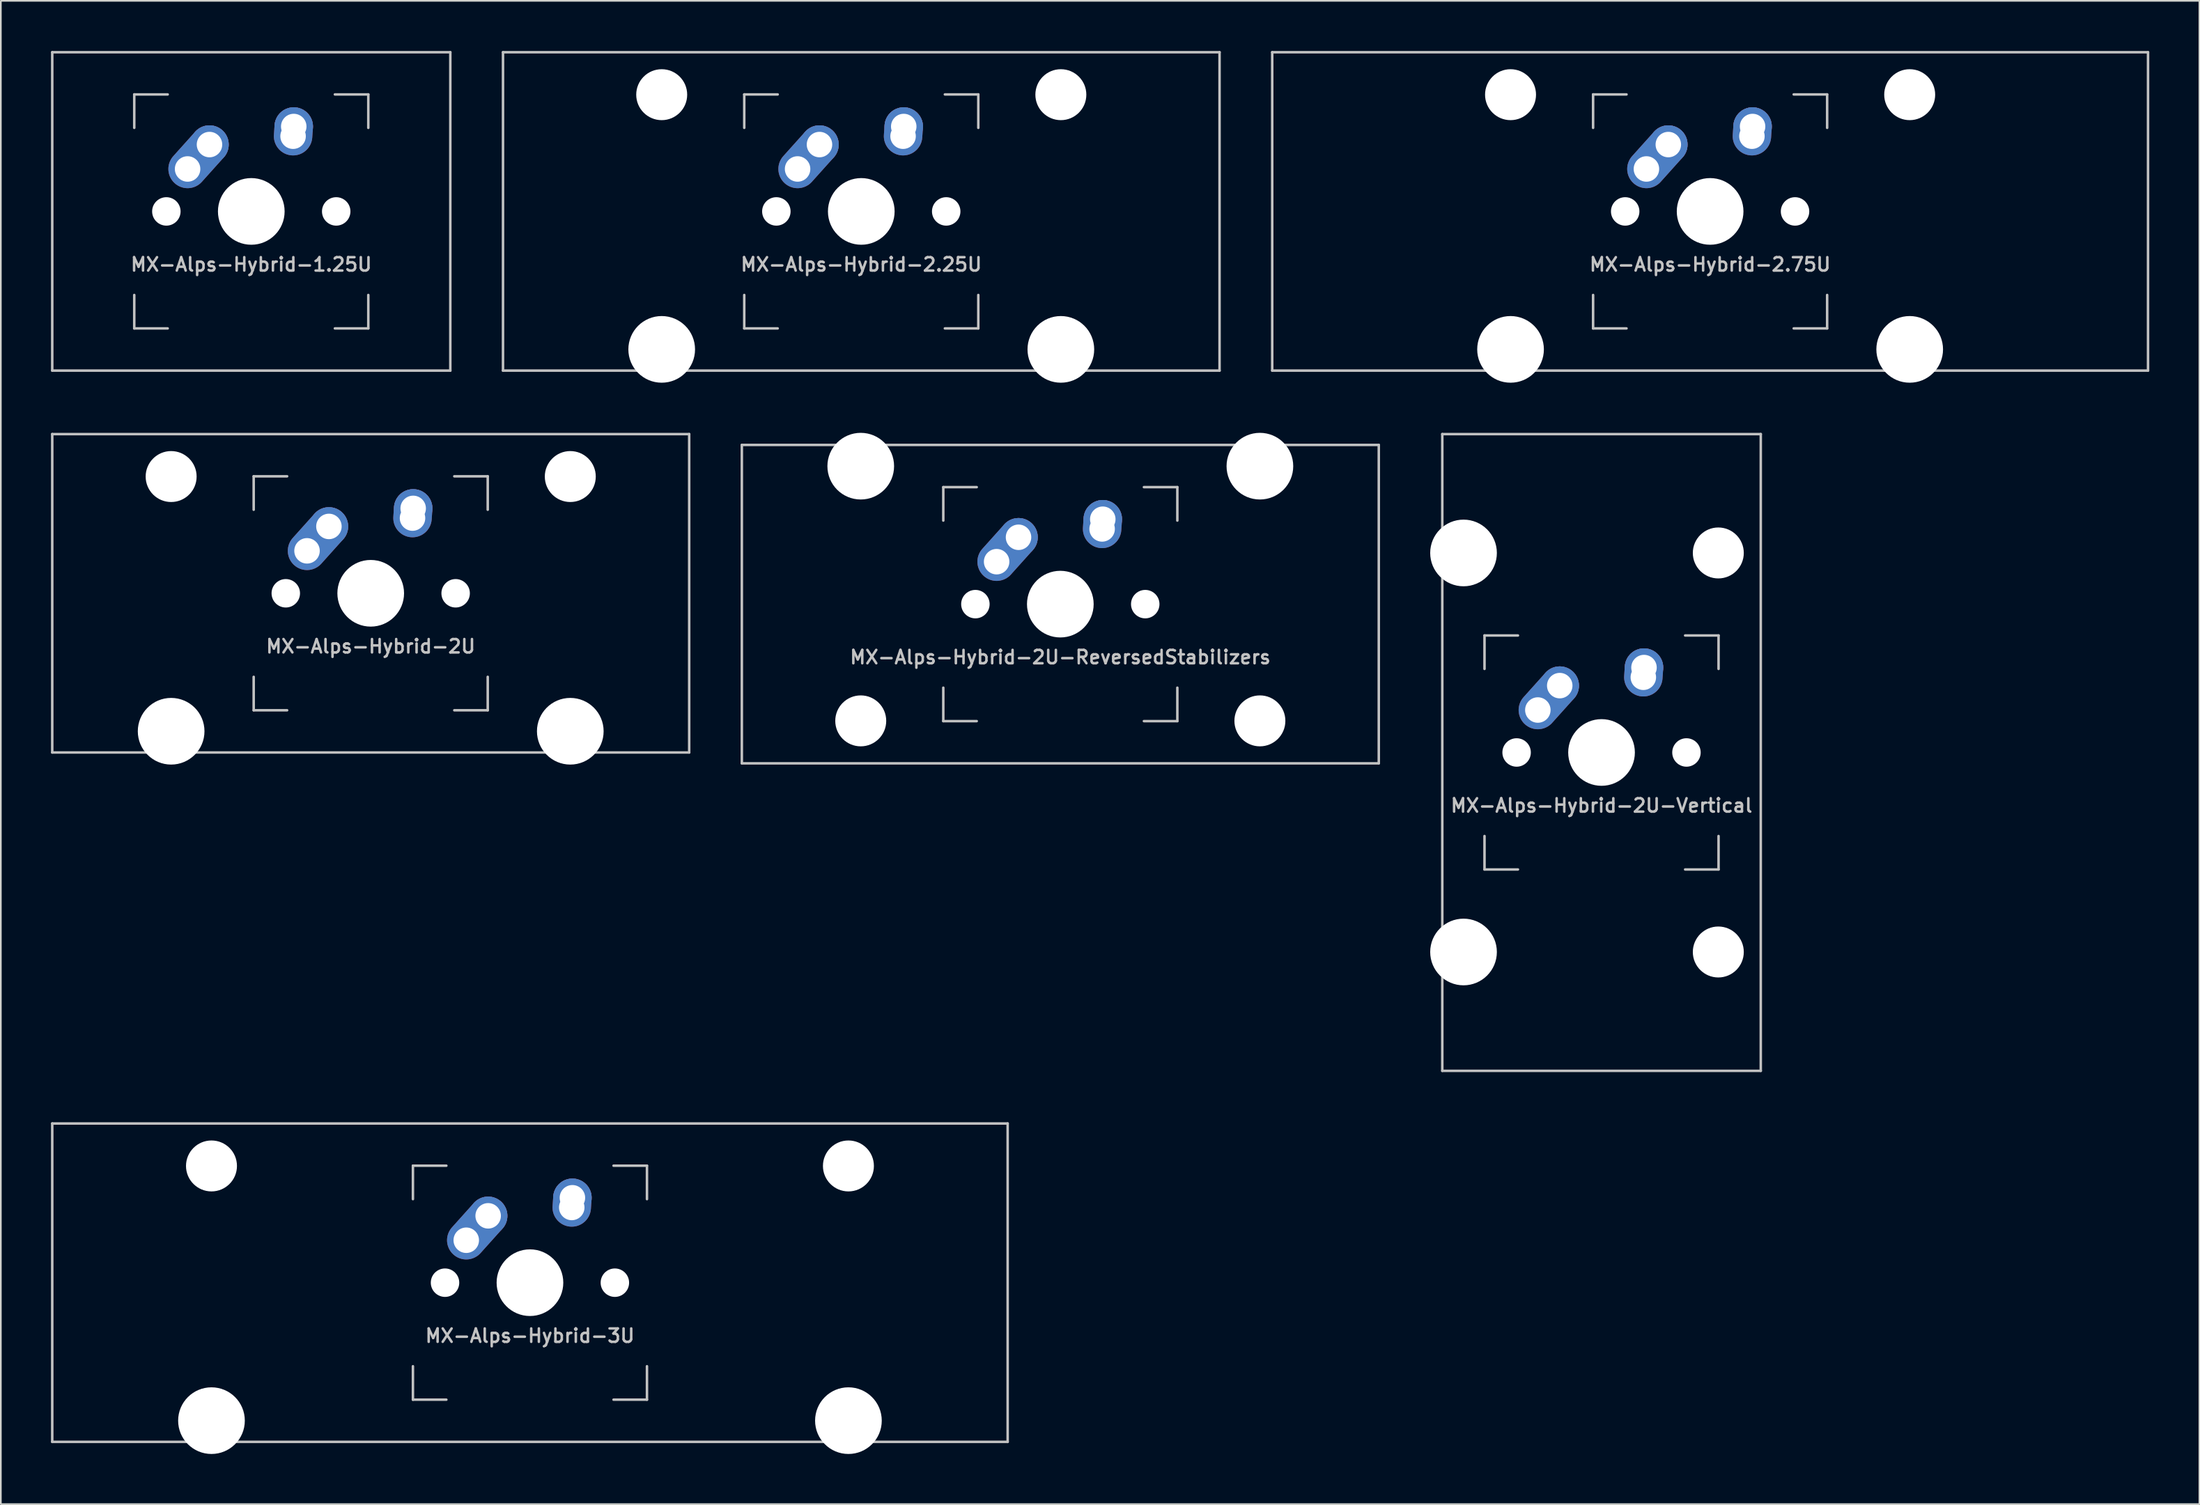
<source format=kicad_pcb>
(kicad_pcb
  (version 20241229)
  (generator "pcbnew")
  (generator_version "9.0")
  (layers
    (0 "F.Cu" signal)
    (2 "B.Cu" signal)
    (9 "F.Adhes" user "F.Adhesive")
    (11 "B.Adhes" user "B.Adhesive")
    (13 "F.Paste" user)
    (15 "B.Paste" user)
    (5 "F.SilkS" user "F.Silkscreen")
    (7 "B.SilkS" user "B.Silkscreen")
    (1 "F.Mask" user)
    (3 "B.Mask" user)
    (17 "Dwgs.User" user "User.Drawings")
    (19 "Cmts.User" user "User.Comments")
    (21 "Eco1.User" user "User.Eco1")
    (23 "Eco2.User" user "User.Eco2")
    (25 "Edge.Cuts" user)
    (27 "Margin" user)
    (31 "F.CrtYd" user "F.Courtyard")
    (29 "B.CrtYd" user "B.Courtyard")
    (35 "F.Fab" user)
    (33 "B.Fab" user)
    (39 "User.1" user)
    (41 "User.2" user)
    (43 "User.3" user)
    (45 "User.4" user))
  (footprint "MX-Alps-Hybrid-3U"
    (layer "F.Cu")
    (at 28.65 73.699)
    (property "Reference" "MX-Alps-Hybrid-3U" (at 0 3.175 0) (layer "Dwgs.User") (effects (font (size 0.8 0.8) (thickness 0.15))))
    (attr through_hole)
    (fp_line (start -28.575 9.525) (end -28.575 -9.525) (stroke (width 0.15) (type solid)) (layer "Dwgs.User"))
    (fp_line (start -7 -7) (end -7 -5) (stroke (width 0.15) (type solid)) (layer "Dwgs.User"))
    (fp_line (start -7 5) (end -7 7) (stroke (width 0.15) (type solid)) (layer "Dwgs.User"))
    (fp_line (start -7 7) (end -5 7) (stroke (width 0.15) (type solid)) (layer "Dwgs.User"))
    (fp_line (start -5 -7) (end -7 -7) (stroke (width 0.15) (type solid)) (layer "Dwgs.User"))
    (fp_line (start 5 -7) (end 7 -7) (stroke (width 0.15) (type solid)) (layer "Dwgs.User"))
    (fp_line (start 5 7) (end 7 7) (stroke (width 0.15) (type solid)) (layer "Dwgs.User"))
    (fp_line (start 7 -7) (end 7 -5) (stroke (width 0.15) (type solid)) (layer "Dwgs.User"))
    (fp_line (start 7 7) (end 7 5) (stroke (width 0.15) (type solid)) (layer "Dwgs.User"))
    (fp_line (start 28.575 -9.525) (end -28.575 -9.525) (stroke (width 0.15) (type solid)) (layer "Dwgs.User"))
    (fp_line (start 28.575 9.525) (end -28.575 9.525) (stroke (width 0.15) (type solid)) (layer "Dwgs.User"))
    (fp_line (start 28.575 9.525) (end 28.575 -9.525) (stroke (width 0.15) (type solid)) (layer "Dwgs.User"))
    (pad "" np_thru_hole circle (at -19.05 -6.985) (size 3.048 3.048) (drill 3.048) (layers "*.Cu" "*.Mask"))
    (pad "" np_thru_hole circle (at -19.05 8.255) (size 3.988 3.988) (drill 3.988) (layers "*.Cu" "*.Mask"))
    (pad "" np_thru_hole circle (at -5.08 0 48.099) (size 1.702 1.702) (drill 1.702) (layers "*.Cu" "*.Mask"))
    (pad "" np_thru_hole circle (at 0 0) (size 3.988 3.988) (drill 3.988) (layers "*.Cu" "*.Mask"))
    (pad "" np_thru_hole circle (at 5.08 0 48.099) (size 1.702 1.702) (drill 1.702) (layers "*.Cu" "*.Mask"))
    (pad "" np_thru_hole circle (at 19.05 -6.985) (size 3.048 3.048) (drill 3.048) (layers "*.Cu" "*.Mask"))
    (pad "" np_thru_hole circle (at 19.05 8.255) (size 3.988 3.988) (drill 3.988) (layers "*.Cu" "*.Mask"))
    (pad "1" thru_hole oval (at -3.81 -2.54 48.099) (size 4.262 2.3) (drill 1.524 (offset 0.981 0)) (layers "*.Cu" "B.Mask"))
    (pad "1" thru_hole circle (at -2.5 -4) (size 2.3 2.3) (drill 1.524) (layers "*.Cu" "B.Mask"))
    (pad "2" thru_hole oval (at 2.5 -4.5 86.054) (size 2.881 2.3) (drill 1.524 (offset 0.291 0)) (layers "*.Cu" "B.Mask"))
    (pad "2" thru_hole circle (at 2.54 -5.08) (size 2.3 2.3) (drill 1.524) (layers "*.Cu" "B.Mask")))
  (footprint "MX-Alps-Hybrid-2U-Vertical"
    (layer "F.Cu")
    (at 92.749 41.974)
    (property "Reference" "MX-Alps-Hybrid-2U-Vertical" (at 0 3.175 0) (layer "Dwgs.User") (effects (font (size 0.8 0.8) (thickness 0.15))))
    (attr through_hole)
    (fp_line (start -9.525 19.05) (end -9.525 -19.05) (stroke (width 0.15) (type solid)) (layer "Dwgs.User"))
    (fp_line (start -7 -7) (end -7 -5) (stroke (width 0.15) (type solid)) (layer "Dwgs.User"))
    (fp_line (start -7 5) (end -7 7) (stroke (width 0.15) (type solid)) (layer "Dwgs.User"))
    (fp_line (start -7 7) (end -5 7) (stroke (width 0.15) (type solid)) (layer "Dwgs.User"))
    (fp_line (start -5 -7) (end -7 -7) (stroke (width 0.15) (type solid)) (layer "Dwgs.User"))
    (fp_line (start 5 -7) (end 7 -7) (stroke (width 0.15) (type solid)) (layer "Dwgs.User"))
    (fp_line (start 5 7) (end 7 7) (stroke (width 0.15) (type solid)) (layer "Dwgs.User"))
    (fp_line (start 7 -7) (end 7 -5) (stroke (width 0.15) (type solid)) (layer "Dwgs.User"))
    (fp_line (start 7 7) (end 7 5) (stroke (width 0.15) (type solid)) (layer "Dwgs.User"))
    (fp_line (start 9.525 -19.05) (end -9.525 -19.05) (stroke (width 0.15) (type solid)) (layer "Dwgs.User"))
    (fp_line (start 9.525 19.05) (end -9.525 19.05) (stroke (width 0.15) (type solid)) (layer "Dwgs.User"))
    (fp_line (start 9.525 19.05) (end 9.525 -19.05) (stroke (width 0.15) (type solid)) (layer "Dwgs.User"))
    (pad "" np_thru_hole circle (at -8.255 -11.938) (size 3.988 3.988) (drill 3.988) (layers "*.Cu" "*.Mask"))
    (pad "" np_thru_hole circle (at -8.255 11.938) (size 3.988 3.988) (drill 3.988) (layers "*.Cu" "*.Mask"))
    (pad "" np_thru_hole circle (at -5.08 0 48.099) (size 1.702 1.702) (drill 1.702) (layers "*.Cu" "*.Mask"))
    (pad "" np_thru_hole circle (at 0 0) (size 3.988 3.988) (drill 3.988) (layers "*.Cu" "*.Mask"))
    (pad "" np_thru_hole circle (at 5.08 0 48.099) (size 1.702 1.702) (drill 1.702) (layers "*.Cu" "*.Mask"))
    (pad "" np_thru_hole circle (at 6.985 -11.938) (size 3.048 3.048) (drill 3.048) (layers "*.Cu" "*.Mask"))
    (pad "" np_thru_hole circle (at 6.985 11.938) (size 3.048 3.048) (drill 3.048) (layers "*.Cu" "*.Mask"))
    (pad "1" thru_hole oval (at -3.81 -2.54 48.099) (size 4.262 2.3) (drill 1.524 (offset 0.981 0)) (layers "*.Cu" "B.Mask"))
    (pad "1" thru_hole circle (at -2.5 -4) (size 2.3 2.3) (drill 1.524) (layers "*.Cu" "B.Mask"))
    (pad "2" thru_hole oval (at 2.5 -4.5 86.054) (size 2.881 2.3) (drill 1.524 (offset 0.291 0)) (layers "*.Cu" "B.Mask"))
    (pad "2" thru_hole circle (at 2.54 -5.08) (size 2.3 2.3) (drill 1.524) (layers "*.Cu" "B.Mask")))
  (footprint "MX-Alps-Hybrid-2.75U"
    (layer "F.Cu")
    (at 99.244 9.6)
    (property "Reference" "MX-Alps-Hybrid-2.75U" (at 0 3.175 0) (layer "Dwgs.User") (effects (font (size 0.8 0.8) (thickness 0.15))))
    (attr through_hole)
    (fp_line (start -26.194 9.525) (end -26.194 -9.525) (stroke (width 0.15) (type solid)) (layer "Dwgs.User"))
    (fp_line (start -7 -7) (end -7 -5) (stroke (width 0.15) (type solid)) (layer "Dwgs.User"))
    (fp_line (start -7 5) (end -7 7) (stroke (width 0.15) (type solid)) (layer "Dwgs.User"))
    (fp_line (start -7 7) (end -5 7) (stroke (width 0.15) (type solid)) (layer "Dwgs.User"))
    (fp_line (start -5 -7) (end -7 -7) (stroke (width 0.15) (type solid)) (layer "Dwgs.User"))
    (fp_line (start 5 -7) (end 7 -7) (stroke (width 0.15) (type solid)) (layer "Dwgs.User"))
    (fp_line (start 5 7) (end 7 7) (stroke (width 0.15) (type solid)) (layer "Dwgs.User"))
    (fp_line (start 7 -7) (end 7 -5) (stroke (width 0.15) (type solid)) (layer "Dwgs.User"))
    (fp_line (start 7 7) (end 7 5) (stroke (width 0.15) (type solid)) (layer "Dwgs.User"))
    (fp_line (start 26.194 -9.525) (end -26.194 -9.525) (stroke (width 0.15) (type solid)) (layer "Dwgs.User"))
    (fp_line (start 26.194 9.525) (end -26.194 9.525) (stroke (width 0.15) (type solid)) (layer "Dwgs.User"))
    (fp_line (start 26.194 9.525) (end 26.194 -9.525) (stroke (width 0.15) (type solid)) (layer "Dwgs.User"))
    (pad "" np_thru_hole circle (at -11.938 -6.985) (size 3.048 3.048) (drill 3.048) (layers "*.Cu" "*.Mask"))
    (pad "" np_thru_hole circle (at -11.938 8.255) (size 3.988 3.988) (drill 3.988) (layers "*.Cu" "*.Mask"))
    (pad "" np_thru_hole circle (at -5.08 0 48.099) (size 1.702 1.702) (drill 1.702) (layers "*.Cu" "*.Mask"))
    (pad "" np_thru_hole circle (at 0 0) (size 3.988 3.988) (drill 3.988) (layers "*.Cu" "*.Mask"))
    (pad "" np_thru_hole circle (at 5.08 0 48.099) (size 1.702 1.702) (drill 1.702) (layers "*.Cu" "*.Mask"))
    (pad "" np_thru_hole circle (at 11.938 -6.985) (size 3.048 3.048) (drill 3.048) (layers "*.Cu" "*.Mask"))
    (pad "" np_thru_hole circle (at 11.938 8.255) (size 3.988 3.988) (drill 3.988) (layers "*.Cu" "*.Mask"))
    (pad "1" thru_hole oval (at -3.81 -2.54 48.099) (size 4.262 2.3) (drill 1.524 (offset 0.981 0)) (layers "*.Cu" "B.Mask"))
    (pad "1" thru_hole circle (at -2.5 -4) (size 2.3 2.3) (drill 1.524) (layers "*.Cu" "B.Mask"))
    (pad "2" thru_hole oval (at 2.5 -4.5 86.054) (size 2.881 2.3) (drill 1.524 (offset 0.291 0)) (layers "*.Cu" "B.Mask"))
    (pad "2" thru_hole circle (at 2.54 -5.08) (size 2.3 2.3) (drill 1.524) (layers "*.Cu" "B.Mask")))
  (footprint "MX-Alps-Hybrid-2.25U"
    (layer "F.Cu")
    (at 48.469 9.6)
    (property "Reference" "MX-Alps-Hybrid-2.25U" (at 0 3.175 0) (layer "Dwgs.User") (effects (font (size 0.8 0.8) (thickness 0.15))))
    (attr through_hole)
    (fp_line (start -21.431 9.525) (end -21.431 -9.525) (stroke (width 0.15) (type solid)) (layer "Dwgs.User"))
    (fp_line (start -7 -7) (end -7 -5) (stroke (width 0.15) (type solid)) (layer "Dwgs.User"))
    (fp_line (start -7 5) (end -7 7) (stroke (width 0.15) (type solid)) (layer "Dwgs.User"))
    (fp_line (start -7 7) (end -5 7) (stroke (width 0.15) (type solid)) (layer "Dwgs.User"))
    (fp_line (start -5 -7) (end -7 -7) (stroke (width 0.15) (type solid)) (layer "Dwgs.User"))
    (fp_line (start 5 -7) (end 7 -7) (stroke (width 0.15) (type solid)) (layer "Dwgs.User"))
    (fp_line (start 5 7) (end 7 7) (stroke (width 0.15) (type solid)) (layer "Dwgs.User"))
    (fp_line (start 7 -7) (end 7 -5) (stroke (width 0.15) (type solid)) (layer "Dwgs.User"))
    (fp_line (start 7 7) (end 7 5) (stroke (width 0.15) (type solid)) (layer "Dwgs.User"))
    (fp_line (start 21.431 -9.525) (end -21.431 -9.525) (stroke (width 0.15) (type solid)) (layer "Dwgs.User"))
    (fp_line (start 21.431 9.525) (end -21.431 9.525) (stroke (width 0.15) (type solid)) (layer "Dwgs.User"))
    (fp_line (start 21.431 9.525) (end 21.431 -9.525) (stroke (width 0.15) (type solid)) (layer "Dwgs.User"))
    (pad "" np_thru_hole circle (at -11.938 -6.985) (size 3.048 3.048) (drill 3.048) (layers "*.Cu" "*.Mask"))
    (pad "" np_thru_hole circle (at -11.938 8.255) (size 3.988 3.988) (drill 3.988) (layers "*.Cu" "*.Mask"))
    (pad "" np_thru_hole circle (at -5.08 0 48.099) (size 1.702 1.702) (drill 1.702) (layers "*.Cu" "*.Mask"))
    (pad "" np_thru_hole circle (at 0 0) (size 3.988 3.988) (drill 3.988) (layers "*.Cu" "*.Mask"))
    (pad "" np_thru_hole circle (at 5.08 0 48.099) (size 1.702 1.702) (drill 1.702) (layers "*.Cu" "*.Mask"))
    (pad "" np_thru_hole circle (at 11.938 -6.985) (size 3.048 3.048) (drill 3.048) (layers "*.Cu" "*.Mask"))
    (pad "" np_thru_hole circle (at 11.938 8.255) (size 3.988 3.988) (drill 3.988) (layers "*.Cu" "*.Mask"))
    (pad "1" thru_hole oval (at -3.81 -2.54 48.099) (size 4.262 2.3) (drill 1.524 (offset 0.981 0)) (layers "*.Cu" "B.Mask"))
    (pad "1" thru_hole circle (at -2.5 -4) (size 2.3 2.3) (drill 1.524) (layers "*.Cu" "B.Mask"))
    (pad "2" thru_hole oval (at 2.5 -4.5 86.054) (size 2.881 2.3) (drill 1.524 (offset 0.291 0)) (layers "*.Cu" "B.Mask"))
    (pad "2" thru_hole circle (at 2.54 -5.08) (size 2.3 2.3) (drill 1.524) (layers "*.Cu" "B.Mask")))
  (footprint "MX-Alps-Hybrid-2U"
    (layer "F.Cu")
    (at 19.125 32.449)
    (property "Reference" "MX-Alps-Hybrid-2U" (at 0 3.175 0) (layer "Dwgs.User") (effects (font (size 0.8 0.8) (thickness 0.15))))
    (attr through_hole)
    (fp_line (start -19.05 9.525) (end -19.05 -9.525) (stroke (width 0.15) (type solid)) (layer "Dwgs.User"))
    (fp_line (start -7 -7) (end -7 -5) (stroke (width 0.15) (type solid)) (layer "Dwgs.User"))
    (fp_line (start -7 5) (end -7 7) (stroke (width 0.15) (type solid)) (layer "Dwgs.User"))
    (fp_line (start -7 7) (end -5 7) (stroke (width 0.15) (type solid)) (layer "Dwgs.User"))
    (fp_line (start -5 -7) (end -7 -7) (stroke (width 0.15) (type solid)) (layer "Dwgs.User"))
    (fp_line (start 5 -7) (end 7 -7) (stroke (width 0.15) (type solid)) (layer "Dwgs.User"))
    (fp_line (start 5 7) (end 7 7) (stroke (width 0.15) (type solid)) (layer "Dwgs.User"))
    (fp_line (start 7 -7) (end 7 -5) (stroke (width 0.15) (type solid)) (layer "Dwgs.User"))
    (fp_line (start 7 7) (end 7 5) (stroke (width 0.15) (type solid)) (layer "Dwgs.User"))
    (fp_line (start 19.05 -9.525) (end -19.05 -9.525) (stroke (width 0.15) (type solid)) (layer "Dwgs.User"))
    (fp_line (start 19.05 9.525) (end -19.05 9.525) (stroke (width 0.15) (type solid)) (layer "Dwgs.User"))
    (fp_line (start 19.05 9.525) (end 19.05 -9.525) (stroke (width 0.15) (type solid)) (layer "Dwgs.User"))
    (pad "" np_thru_hole circle (at -11.938 -6.985) (size 3.048 3.048) (drill 3.048) (layers "*.Cu" "*.Mask"))
    (pad "" np_thru_hole circle (at -11.938 8.255) (size 3.988 3.988) (drill 3.988) (layers "*.Cu" "*.Mask"))
    (pad "" np_thru_hole circle (at -5.08 0 48.099) (size 1.702 1.702) (drill 1.702) (layers "*.Cu" "*.Mask"))
    (pad "" np_thru_hole circle (at 0 0) (size 3.988 3.988) (drill 3.988) (layers "*.Cu" "*.Mask"))
    (pad "" np_thru_hole circle (at 5.08 0 48.099) (size 1.702 1.702) (drill 1.702) (layers "*.Cu" "*.Mask"))
    (pad "" np_thru_hole circle (at 11.938 -6.985) (size 3.048 3.048) (drill 3.048) (layers "*.Cu" "*.Mask"))
    (pad "" np_thru_hole circle (at 11.938 8.255) (size 3.988 3.988) (drill 3.988) (layers "*.Cu" "*.Mask"))
    (pad "1" thru_hole oval (at -3.81 -2.54 48.099) (size 4.262 2.3) (drill 1.524 (offset 0.981 0)) (layers "*.Cu" "B.Mask"))
    (pad "1" thru_hole circle (at -2.5 -4) (size 2.3 2.3) (drill 1.524) (layers "*.Cu" "B.Mask"))
    (pad "2" thru_hole oval (at 2.5 -4.5 86.054) (size 2.881 2.3) (drill 1.524 (offset 0.291 0)) (layers "*.Cu" "B.Mask"))
    (pad "2" thru_hole circle (at 2.54 -5.08) (size 2.3 2.3) (drill 1.524) (layers "*.Cu" "B.Mask")))
  (footprint "MX-Alps-Hybrid-2U-ReversedStabilizers"
    (layer "F.Cu")
    (at 60.375 33.098)
    (property "Reference" "MX-Alps-Hybrid-2U-ReversedStabilizers" (at 0 3.175 0) (layer "Dwgs.User") (effects (font (size 0.8 0.8) (thickness 0.15))))
    (attr through_hole)
    (fp_line (start -19.05 9.525) (end -19.05 -9.525) (stroke (width 0.15) (type solid)) (layer "Dwgs.User"))
    (fp_line (start -7 -7) (end -7 -5) (stroke (width 0.15) (type solid)) (layer "Dwgs.User"))
    (fp_line (start -7 5) (end -7 7) (stroke (width 0.15) (type solid)) (layer "Dwgs.User"))
    (fp_line (start -7 7) (end -5 7) (stroke (width 0.15) (type solid)) (layer "Dwgs.User"))
    (fp_line (start -5 -7) (end -7 -7) (stroke (width 0.15) (type solid)) (layer "Dwgs.User"))
    (fp_line (start 5 -7) (end 7 -7) (stroke (width 0.15) (type solid)) (layer "Dwgs.User"))
    (fp_line (start 5 7) (end 7 7) (stroke (width 0.15) (type solid)) (layer "Dwgs.User"))
    (fp_line (start 7 -7) (end 7 -5) (stroke (width 0.15) (type solid)) (layer "Dwgs.User"))
    (fp_line (start 7 7) (end 7 5) (stroke (width 0.15) (type solid)) (layer "Dwgs.User"))
    (fp_line (start 19.05 -9.525) (end -19.05 -9.525) (stroke (width 0.15) (type solid)) (layer "Dwgs.User"))
    (fp_line (start 19.05 9.525) (end -19.05 9.525) (stroke (width 0.15) (type solid)) (layer "Dwgs.User"))
    (fp_line (start 19.05 9.525) (end 19.05 -9.525) (stroke (width 0.15) (type solid)) (layer "Dwgs.User"))
    (pad "" np_thru_hole circle (at -11.938 -8.255) (size 3.988 3.988) (drill 3.988) (layers "*.Cu" "*.Mask"))
    (pad "" np_thru_hole circle (at -11.938 6.985) (size 3.048 3.048) (drill 3.048) (layers "*.Cu" "*.Mask"))
    (pad "" np_thru_hole circle (at -5.08 0 48.099) (size 1.702 1.702) (drill 1.702) (layers "*.Cu" "*.Mask"))
    (pad "" np_thru_hole circle (at 0 0) (size 3.988 3.988) (drill 3.988) (layers "*.Cu" "*.Mask"))
    (pad "" np_thru_hole circle (at 5.08 0 48.099) (size 1.702 1.702) (drill 1.702) (layers "*.Cu" "*.Mask"))
    (pad "" np_thru_hole circle (at 11.938 -8.255) (size 3.988 3.988) (drill 3.988) (layers "*.Cu" "*.Mask"))
    (pad "" np_thru_hole circle (at 11.938 6.985) (size 3.048 3.048) (drill 3.048) (layers "*.Cu" "*.Mask"))
    (pad "1" thru_hole oval (at -3.81 -2.54 48.099) (size 4.262 2.3) (drill 1.524 (offset 0.981 0)) (layers "*.Cu" "B.Mask"))
    (pad "1" thru_hole circle (at -2.5 -4) (size 2.3 2.3) (drill 1.524) (layers "*.Cu" "B.Mask"))
    (pad "2" thru_hole oval (at 2.5 -4.5 86.054) (size 2.881 2.3) (drill 1.524 (offset 0.291 0)) (layers "*.Cu" "B.Mask"))
    (pad "2" thru_hole circle (at 2.54 -5.08) (size 2.3 2.3) (drill 1.524) (layers "*.Cu" "B.Mask")))
  (footprint "MX-Alps-Hybrid-1.25U"
    (layer "F.Cu")
    (at 11.981 9.6)
    (property "Reference" "MX-Alps-Hybrid-1.25U" (at 0 3.175 0) (layer "Dwgs.User") (effects (font (size 0.8 0.8) (thickness 0.15))))
    (attr through_hole)
    (fp_line (start -11.906 9.525) (end -11.906 -9.525) (stroke (width 0.15) (type solid)) (layer "Dwgs.User"))
    (fp_line (start -7 -7) (end -7 -5) (stroke (width 0.15) (type solid)) (layer "Dwgs.User"))
    (fp_line (start -7 5) (end -7 7) (stroke (width 0.15) (type solid)) (layer "Dwgs.User"))
    (fp_line (start -7 7) (end -5 7) (stroke (width 0.15) (type solid)) (layer "Dwgs.User"))
    (fp_line (start -5 -7) (end -7 -7) (stroke (width 0.15) (type solid)) (layer "Dwgs.User"))
    (fp_line (start 5 -7) (end 7 -7) (stroke (width 0.15) (type solid)) (layer "Dwgs.User"))
    (fp_line (start 5 7) (end 7 7) (stroke (width 0.15) (type solid)) (layer "Dwgs.User"))
    (fp_line (start 7 -7) (end 7 -5) (stroke (width 0.15) (type solid)) (layer "Dwgs.User"))
    (fp_line (start 7 7) (end 7 5) (stroke (width 0.15) (type solid)) (layer "Dwgs.User"))
    (fp_line (start 11.906 -9.525) (end -11.906 -9.525) (stroke (width 0.15) (type solid)) (layer "Dwgs.User"))
    (fp_line (start 11.906 9.525) (end -11.906 9.525) (stroke (width 0.15) (type solid)) (layer "Dwgs.User"))
    (fp_line (start 11.906 9.525) (end 11.906 -9.525) (stroke (width 0.15) (type solid)) (layer "Dwgs.User"))
    (pad "" np_thru_hole circle (at -5.08 0 48.099) (size 1.702 1.702) (drill 1.702) (layers "*.Cu" "*.Mask"))
    (pad "" np_thru_hole circle (at 0 0) (size 3.988 3.988) (drill 3.988) (layers "*.Cu" "*.Mask"))
    (pad "" np_thru_hole circle (at 5.08 0 48.099) (size 1.702 1.702) (drill 1.702) (layers "*.Cu" "*.Mask"))
    (pad "1" thru_hole oval (at -3.81 -2.54 48.099) (size 4.262 2.3) (drill 1.524 (offset 0.981 0)) (layers "*.Cu" "B.Mask"))
    (pad "1" thru_hole circle (at -2.5 -4) (size 2.3 2.3) (drill 1.524) (layers "*.Cu" "B.Mask"))
    (pad "2" thru_hole oval (at 2.5 -4.5 86.054) (size 2.881 2.3) (drill 1.524 (offset 0.291 0)) (layers "*.Cu" "B.Mask"))
    (pad "2" thru_hole circle (at 2.54 -5.08) (size 2.3 2.3) (drill 1.524) (layers "*.Cu" "B.Mask")))
  (gr_rect
    (start -3 -3)
    (end 128.512 86.948)
    (stroke (width 0.1) (type default))
    (fill no)
    (layer "Edge.Cuts")))
</source>
